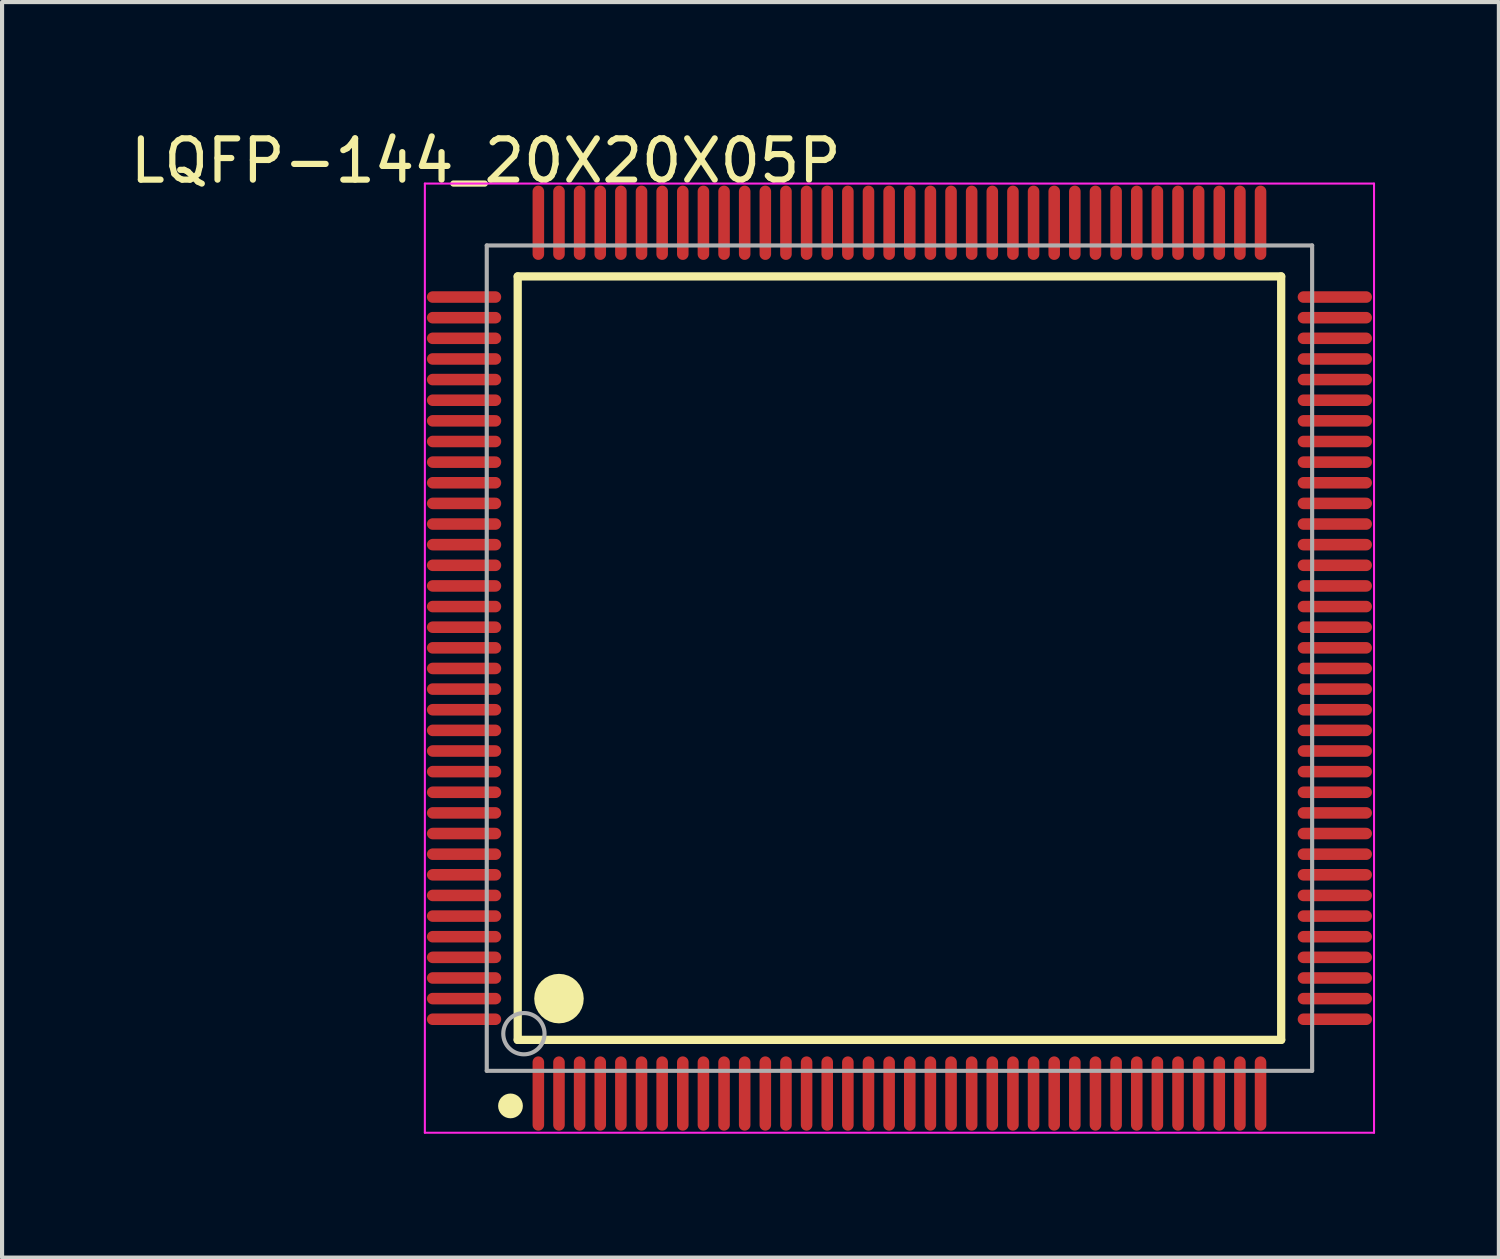
<source format=kicad_pcb>
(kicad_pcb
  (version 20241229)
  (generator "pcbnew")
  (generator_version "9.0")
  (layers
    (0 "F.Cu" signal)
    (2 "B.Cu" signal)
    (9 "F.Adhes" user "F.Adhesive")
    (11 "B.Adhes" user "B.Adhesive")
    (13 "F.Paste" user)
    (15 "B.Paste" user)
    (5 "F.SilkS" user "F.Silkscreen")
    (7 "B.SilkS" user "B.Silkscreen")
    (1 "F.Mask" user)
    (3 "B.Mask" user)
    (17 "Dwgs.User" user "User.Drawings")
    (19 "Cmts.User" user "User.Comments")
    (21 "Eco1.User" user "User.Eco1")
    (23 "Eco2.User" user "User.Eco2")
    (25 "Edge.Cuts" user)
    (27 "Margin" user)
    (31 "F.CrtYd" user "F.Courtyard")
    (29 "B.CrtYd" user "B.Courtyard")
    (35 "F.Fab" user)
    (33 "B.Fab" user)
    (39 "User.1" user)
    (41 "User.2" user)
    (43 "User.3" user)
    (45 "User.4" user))
  (footprint "LQFP-144_20X20X05P"
    (layer "F.Cu")
    (at 18.745 12.898)
    (property "Reference" "LQFP-144_20X20X05P" (at -10.024 -12.05 0) (layer "F.SilkS") (effects (font (size 1 1) (thickness 0.15))))
    (attr through_hole)
    (fp_line (start -9.25 -9.25) (end 9.25 -9.25) (stroke (width 0.2) (type solid)) (layer "F.SilkS"))
    (fp_line (start -9.25 9.25) (end -9.25 -9.25) (stroke (width 0.2) (type solid)) (layer "F.SilkS"))
    (fp_line (start -9.25 9.25) (end 9.25 9.25) (stroke (width 0.2) (type solid)) (layer "F.SilkS"))
    (fp_line (start 9.25 9.25) (end 9.25 -9.25) (stroke (width 0.2) (type solid)) (layer "F.SilkS"))
    (fp_circle (center -9.425 10.85) (end -9.275 10.85) (stroke (width 0.3) (type solid)) (fill no) (layer "F.SilkS"))
    (fp_circle (center -8.25 8.25) (end -7.95 8.25) (stroke (width 0.6) (type solid)) (fill no) (layer "F.SilkS"))
    (fp_line (start -11.5 -11.5) (end 11.5 -11.5) (stroke (width 0.05) (type solid)) (layer "F.CrtYd"))
    (fp_line (start -11.5 11.5) (end -11.5 -11.5) (stroke (width 0.05) (type solid)) (layer "F.CrtYd"))
    (fp_line (start 11.5 -11.5) (end 11.5 11.5) (stroke (width 0.05) (type solid)) (layer "F.CrtYd"))
    (fp_line (start 11.5 11.5) (end -11.5 11.5) (stroke (width 0.05) (type solid)) (layer "F.CrtYd"))
    (fp_line (start -10 -10) (end 10 -10) (stroke (width 0.1) (type solid)) (layer "F.Fab"))
    (fp_line (start -10 10) (end -10 -10) (stroke (width 0.1) (type solid)) (layer "F.Fab"))
    (fp_line (start -10 10) (end 10 10) (stroke (width 0.1) (type solid)) (layer "F.Fab"))
    (fp_line (start 10 10) (end 10 -10) (stroke (width 0.1) (type solid)) (layer "F.Fab"))
    (fp_circle (center -9.1 9.1) (end -8.6 9.1) (stroke (width 0.1) (type solid)) (fill no) (layer "F.Fab"))
    (pad "1" smd oval (at -8.75 10.55 180) (size 0.28 1.8) (layers "F.Cu" "F.Mask" "F.Paste"))
    (pad "2" smd oval (at -8.25 10.55 180) (size 0.28 1.8) (layers "F.Cu" "F.Mask" "F.Paste"))
    (pad "3" smd oval (at -7.75 10.55 180) (size 0.28 1.8) (layers "F.Cu" "F.Mask" "F.Paste"))
    (pad "4" smd oval (at -7.25 10.55 180) (size 0.28 1.8) (layers "F.Cu" "F.Mask" "F.Paste"))
    (pad "5" smd oval (at -6.75 10.55 180) (size 0.28 1.8) (layers "F.Cu" "F.Mask" "F.Paste"))
    (pad "6" smd oval (at -6.25 10.55 180) (size 0.28 1.8) (layers "F.Cu" "F.Mask" "F.Paste"))
    (pad "7" smd oval (at -5.75 10.55 180) (size 0.28 1.8) (layers "F.Cu" "F.Mask" "F.Paste"))
    (pad "8" smd oval (at -5.25 10.55 180) (size 0.28 1.8) (layers "F.Cu" "F.Mask" "F.Paste"))
    (pad "9" smd oval (at -4.75 10.55 180) (size 0.28 1.8) (layers "F.Cu" "F.Mask" "F.Paste"))
    (pad "10" smd oval (at -4.25 10.55 180) (size 0.28 1.8) (layers "F.Cu" "F.Mask" "F.Paste"))
    (pad "11" smd oval (at -3.75 10.55 180) (size 0.28 1.8) (layers "F.Cu" "F.Mask" "F.Paste"))
    (pad "12" smd oval (at -3.25 10.55 180) (size 0.28 1.8) (layers "F.Cu" "F.Mask" "F.Paste"))
    (pad "13" smd oval (at -2.75 10.55 180) (size 0.28 1.8) (layers "F.Cu" "F.Mask" "F.Paste"))
    (pad "14" smd oval (at -2.25 10.55 180) (size 0.28 1.8) (layers "F.Cu" "F.Mask" "F.Paste"))
    (pad "15" smd oval (at -1.75 10.55 180) (size 0.28 1.8) (layers "F.Cu" "F.Mask" "F.Paste"))
    (pad "16" smd oval (at -1.25 10.55 180) (size 0.28 1.8) (layers "F.Cu" "F.Mask" "F.Paste"))
    (pad "17" smd oval (at -0.75 10.55 180) (size 0.28 1.8) (layers "F.Cu" "F.Mask" "F.Paste"))
    (pad "18" smd oval (at -0.25 10.55 180) (size 0.28 1.8) (layers "F.Cu" "F.Mask" "F.Paste"))
    (pad "19" smd oval (at 0.25 10.55 180) (size 0.28 1.8) (layers "F.Cu" "F.Mask" "F.Paste"))
    (pad "20" smd oval (at 0.75 10.55 180) (size 0.28 1.8) (layers "F.Cu" "F.Mask" "F.Paste"))
    (pad "21" smd oval (at 1.25 10.55 180) (size 0.28 1.8) (layers "F.Cu" "F.Mask" "F.Paste"))
    (pad "22" smd oval (at 1.75 10.55 180) (size 0.28 1.8) (layers "F.Cu" "F.Mask" "F.Paste"))
    (pad "23" smd oval (at 2.25 10.55 180) (size 0.28 1.8) (layers "F.Cu" "F.Mask" "F.Paste"))
    (pad "24" smd oval (at 2.75 10.55 180) (size 0.28 1.8) (layers "F.Cu" "F.Mask" "F.Paste"))
    (pad "25" smd oval (at 3.25 10.55 180) (size 0.28 1.8) (layers "F.Cu" "F.Mask" "F.Paste"))
    (pad "26" smd oval (at 3.75 10.55 180) (size 0.28 1.8) (layers "F.Cu" "F.Mask" "F.Paste"))
    (pad "27" smd oval (at 4.25 10.55 180) (size 0.28 1.8) (layers "F.Cu" "F.Mask" "F.Paste"))
    (pad "28" smd oval (at 4.75 10.55 180) (size 0.28 1.8) (layers "F.Cu" "F.Mask" "F.Paste"))
    (pad "29" smd oval (at 5.25 10.55 180) (size 0.28 1.8) (layers "F.Cu" "F.Mask" "F.Paste"))
    (pad "30" smd oval (at 5.75 10.55 180) (size 0.28 1.8) (layers "F.Cu" "F.Mask" "F.Paste"))
    (pad "31" smd oval (at 6.25 10.55 180) (size 0.28 1.8) (layers "F.Cu" "F.Mask" "F.Paste"))
    (pad "32" smd oval (at 6.75 10.55 180) (size 0.28 1.8) (layers "F.Cu" "F.Mask" "F.Paste"))
    (pad "33" smd oval (at 7.25 10.55 180) (size 0.28 1.8) (layers "F.Cu" "F.Mask" "F.Paste"))
    (pad "34" smd oval (at 7.75 10.55 180) (size 0.28 1.8) (layers "F.Cu" "F.Mask" "F.Paste"))
    (pad "35" smd oval (at 8.25 10.55 180) (size 0.28 1.8) (layers "F.Cu" "F.Mask" "F.Paste"))
    (pad "36" smd oval (at 8.75 10.55 180) (size 0.28 1.8) (layers "F.Cu" "F.Mask" "F.Paste"))
    (pad "37" smd oval (at 10.55 8.75 90) (size 0.28 1.8) (layers "F.Cu" "F.Mask" "F.Paste"))
    (pad "38" smd oval (at 10.55 8.25 90) (size 0.28 1.8) (layers "F.Cu" "F.Mask" "F.Paste"))
    (pad "39" smd oval (at 10.55 7.75 90) (size 0.28 1.8) (layers "F.Cu" "F.Mask" "F.Paste"))
    (pad "40" smd oval (at 10.55 7.25 90) (size 0.28 1.8) (layers "F.Cu" "F.Mask" "F.Paste"))
    (pad "41" smd oval (at 10.55 6.75 90) (size 0.28 1.8) (layers "F.Cu" "F.Mask" "F.Paste"))
    (pad "42" smd oval (at 10.55 6.25 90) (size 0.28 1.8) (layers "F.Cu" "F.Mask" "F.Paste"))
    (pad "43" smd oval (at 10.55 5.75 90) (size 0.28 1.8) (layers "F.Cu" "F.Mask" "F.Paste"))
    (pad "44" smd oval (at 10.55 5.25 90) (size 0.28 1.8) (layers "F.Cu" "F.Mask" "F.Paste"))
    (pad "45" smd oval (at 10.55 4.75 90) (size 0.28 1.8) (layers "F.Cu" "F.Mask" "F.Paste"))
    (pad "46" smd oval (at 10.55 4.25 90) (size 0.28 1.8) (layers "F.Cu" "F.Mask" "F.Paste"))
    (pad "47" smd oval (at 10.55 3.75 90) (size 0.28 1.8) (layers "F.Cu" "F.Mask" "F.Paste"))
    (pad "48" smd oval (at 10.55 3.25 90) (size 0.28 1.8) (layers "F.Cu" "F.Mask" "F.Paste"))
    (pad "49" smd oval (at 10.55 2.75 90) (size 0.28 1.8) (layers "F.Cu" "F.Mask" "F.Paste"))
    (pad "50" smd oval (at 10.55 2.25 90) (size 0.28 1.8) (layers "F.Cu" "F.Mask" "F.Paste"))
    (pad "51" smd oval (at 10.55 1.75 90) (size 0.28 1.8) (layers "F.Cu" "F.Mask" "F.Paste"))
    (pad "52" smd oval (at 10.55 1.25 90) (size 0.28 1.8) (layers "F.Cu" "F.Mask" "F.Paste"))
    (pad "53" smd oval (at 10.55 0.75 90) (size 0.28 1.8) (layers "F.Cu" "F.Mask" "F.Paste"))
    (pad "54" smd oval (at 10.55 0.25 90) (size 0.28 1.8) (layers "F.Cu" "F.Mask" "F.Paste"))
    (pad "55" smd oval (at 10.55 -0.25 90) (size 0.28 1.8) (layers "F.Cu" "F.Mask" "F.Paste"))
    (pad "56" smd oval (at 10.55 -0.75 90) (size 0.28 1.8) (layers "F.Cu" "F.Mask" "F.Paste"))
    (pad "57" smd oval (at 10.55 -1.25 90) (size 0.28 1.8) (layers "F.Cu" "F.Mask" "F.Paste"))
    (pad "58" smd oval (at 10.55 -1.75 90) (size 0.28 1.8) (layers "F.Cu" "F.Mask" "F.Paste"))
    (pad "59" smd oval (at 10.55 -2.25 90) (size 0.28 1.8) (layers "F.Cu" "F.Mask" "F.Paste"))
    (pad "60" smd oval (at 10.55 -2.75 90) (size 0.28 1.8) (layers "F.Cu" "F.Mask" "F.Paste"))
    (pad "61" smd oval (at 10.55 -3.25 90) (size 0.28 1.8) (layers "F.Cu" "F.Mask" "F.Paste"))
    (pad "62" smd oval (at 10.55 -3.75 90) (size 0.28 1.8) (layers "F.Cu" "F.Mask" "F.Paste"))
    (pad "63" smd oval (at 10.55 -4.25 90) (size 0.28 1.8) (layers "F.Cu" "F.Mask" "F.Paste"))
    (pad "64" smd oval (at 10.55 -4.75 90) (size 0.28 1.8) (layers "F.Cu" "F.Mask" "F.Paste"))
    (pad "65" smd oval (at 10.55 -5.25 90) (size 0.28 1.8) (layers "F.Cu" "F.Mask" "F.Paste"))
    (pad "66" smd oval (at 10.55 -5.75 90) (size 0.28 1.8) (layers "F.Cu" "F.Mask" "F.Paste"))
    (pad "67" smd oval (at 10.55 -6.25 90) (size 0.28 1.8) (layers "F.Cu" "F.Mask" "F.Paste"))
    (pad "68" smd oval (at 10.55 -6.75 90) (size 0.28 1.8) (layers "F.Cu" "F.Mask" "F.Paste"))
    (pad "69" smd oval (at 10.55 -7.25 90) (size 0.28 1.8) (layers "F.Cu" "F.Mask" "F.Paste"))
    (pad "70" smd oval (at 10.55 -7.75 90) (size 0.28 1.8) (layers "F.Cu" "F.Mask" "F.Paste"))
    (pad "71" smd oval (at 10.55 -8.25 90) (size 0.28 1.8) (layers "F.Cu" "F.Mask" "F.Paste"))
    (pad "72" smd oval (at 10.55 -8.75 90) (size 0.28 1.8) (layers "F.Cu" "F.Mask" "F.Paste"))
    (pad "73" smd oval (at 8.75 -10.55 180) (size 0.28 1.8) (layers "F.Cu" "F.Mask" "F.Paste"))
    (pad "74" smd oval (at 8.25 -10.55 180) (size 0.28 1.8) (layers "F.Cu" "F.Mask" "F.Paste"))
    (pad "75" smd oval (at 7.75 -10.55 180) (size 0.28 1.8) (layers "F.Cu" "F.Mask" "F.Paste"))
    (pad "76" smd oval (at 7.25 -10.55 180) (size 0.28 1.8) (layers "F.Cu" "F.Mask" "F.Paste"))
    (pad "77" smd oval (at 6.75 -10.55 180) (size 0.28 1.8) (layers "F.Cu" "F.Mask" "F.Paste"))
    (pad "78" smd oval (at 6.25 -10.55 180) (size 0.28 1.8) (layers "F.Cu" "F.Mask" "F.Paste"))
    (pad "79" smd oval (at 5.75 -10.55 180) (size 0.28 1.8) (layers "F.Cu" "F.Mask" "F.Paste"))
    (pad "80" smd oval (at 5.25 -10.55 180) (size 0.28 1.8) (layers "F.Cu" "F.Mask" "F.Paste"))
    (pad "81" smd oval (at 4.75 -10.55 180) (size 0.28 1.8) (layers "F.Cu" "F.Mask" "F.Paste"))
    (pad "82" smd oval (at 4.25 -10.55 180) (size 0.28 1.8) (layers "F.Cu" "F.Mask" "F.Paste"))
    (pad "83" smd oval (at 3.75 -10.55 180) (size 0.28 1.8) (layers "F.Cu" "F.Mask" "F.Paste"))
    (pad "84" smd oval (at 3.25 -10.55 180) (size 0.28 1.8) (layers "F.Cu" "F.Mask" "F.Paste"))
    (pad "85" smd oval (at 2.75 -10.55 180) (size 0.28 1.8) (layers "F.Cu" "F.Mask" "F.Paste"))
    (pad "86" smd oval (at 2.25 -10.55 180) (size 0.28 1.8) (layers "F.Cu" "F.Mask" "F.Paste"))
    (pad "87" smd oval (at 1.75 -10.55 180) (size 0.28 1.8) (layers "F.Cu" "F.Mask" "F.Paste"))
    (pad "88" smd oval (at 1.25 -10.55 180) (size 0.28 1.8) (layers "F.Cu" "F.Mask" "F.Paste"))
    (pad "89" smd oval (at 0.75 -10.55 180) (size 0.28 1.8) (layers "F.Cu" "F.Mask" "F.Paste"))
    (pad "90" smd oval (at 0.25 -10.55 180) (size 0.28 1.8) (layers "F.Cu" "F.Mask" "F.Paste"))
    (pad "91" smd oval (at -0.25 -10.55 180) (size 0.28 1.8) (layers "F.Cu" "F.Mask" "F.Paste"))
    (pad "92" smd oval (at -0.75 -10.55 180) (size 0.28 1.8) (layers "F.Cu" "F.Mask" "F.Paste"))
    (pad "93" smd oval (at -1.25 -10.55 180) (size 0.28 1.8) (layers "F.Cu" "F.Mask" "F.Paste"))
    (pad "94" smd oval (at -1.75 -10.55 180) (size 0.28 1.8) (layers "F.Cu" "F.Mask" "F.Paste"))
    (pad "95" smd oval (at -2.25 -10.55 180) (size 0.28 1.8) (layers "F.Cu" "F.Mask" "F.Paste"))
    (pad "96" smd oval (at -2.75 -10.55 180) (size 0.28 1.8) (layers "F.Cu" "F.Mask" "F.Paste"))
    (pad "97" smd oval (at -3.25 -10.55 180) (size 0.28 1.8) (layers "F.Cu" "F.Mask" "F.Paste"))
    (pad "98" smd oval (at -3.75 -10.55 180) (size 0.28 1.8) (layers "F.Cu" "F.Mask" "F.Paste"))
    (pad "99" smd oval (at -4.25 -10.55 180) (size 0.28 1.8) (layers "F.Cu" "F.Mask" "F.Paste"))
    (pad "100" smd oval (at -4.75 -10.55 180) (size 0.28 1.8) (layers "F.Cu" "F.Mask" "F.Paste"))
    (pad "101" smd oval (at -5.25 -10.55 180) (size 0.28 1.8) (layers "F.Cu" "F.Mask" "F.Paste"))
    (pad "102" smd oval (at -5.75 -10.55 180) (size 0.28 1.8) (layers "F.Cu" "F.Mask" "F.Paste"))
    (pad "103" smd oval (at -6.25 -10.55 180) (size 0.28 1.8) (layers "F.Cu" "F.Mask" "F.Paste"))
    (pad "104" smd oval (at -6.75 -10.55 180) (size 0.28 1.8) (layers "F.Cu" "F.Mask" "F.Paste"))
    (pad "105" smd oval (at -7.25 -10.55 180) (size 0.28 1.8) (layers "F.Cu" "F.Mask" "F.Paste"))
    (pad "106" smd oval (at -7.75 -10.55 180) (size 0.28 1.8) (layers "F.Cu" "F.Mask" "F.Paste"))
    (pad "107" smd oval (at -8.25 -10.55 180) (size 0.28 1.8) (layers "F.Cu" "F.Mask" "F.Paste"))
    (pad "108" smd oval (at -8.75 -10.55 180) (size 0.28 1.8) (layers "F.Cu" "F.Mask" "F.Paste"))
    (pad "109" smd oval (at -10.55 -8.75 90) (size 0.28 1.8) (layers "F.Cu" "F.Mask" "F.Paste"))
    (pad "110" smd oval (at -10.55 -8.25 90) (size 0.28 1.8) (layers "F.Cu" "F.Mask" "F.Paste"))
    (pad "111" smd oval (at -10.55 -7.75 90) (size 0.28 1.8) (layers "F.Cu" "F.Mask" "F.Paste"))
    (pad "112" smd oval (at -10.55 -7.25 90) (size 0.28 1.8) (layers "F.Cu" "F.Mask" "F.Paste"))
    (pad "113" smd oval (at -10.55 -6.75 90) (size 0.28 1.8) (layers "F.Cu" "F.Mask" "F.Paste"))
    (pad "114" smd oval (at -10.55 -6.25 90) (size 0.28 1.8) (layers "F.Cu" "F.Mask" "F.Paste"))
    (pad "115" smd oval (at -10.55 -5.75 90) (size 0.28 1.8) (layers "F.Cu" "F.Mask" "F.Paste"))
    (pad "116" smd oval (at -10.55 -5.25 90) (size 0.28 1.8) (layers "F.Cu" "F.Mask" "F.Paste"))
    (pad "117" smd oval (at -10.55 -4.75 90) (size 0.28 1.8) (layers "F.Cu" "F.Mask" "F.Paste"))
    (pad "118" smd oval (at -10.55 -4.25 90) (size 0.28 1.8) (layers "F.Cu" "F.Mask" "F.Paste"))
    (pad "119" smd oval (at -10.55 -3.75 90) (size 0.28 1.8) (layers "F.Cu" "F.Mask" "F.Paste"))
    (pad "120" smd oval (at -10.55 -3.25 90) (size 0.28 1.8) (layers "F.Cu" "F.Mask" "F.Paste"))
    (pad "121" smd oval (at -10.55 -2.75 90) (size 0.28 1.8) (layers "F.Cu" "F.Mask" "F.Paste"))
    (pad "122" smd oval (at -10.55 -2.25 90) (size 0.28 1.8) (layers "F.Cu" "F.Mask" "F.Paste"))
    (pad "123" smd oval (at -10.55 -1.75 90) (size 0.28 1.8) (layers "F.Cu" "F.Mask" "F.Paste"))
    (pad "124" smd oval (at -10.55 -1.25 90) (size 0.28 1.8) (layers "F.Cu" "F.Mask" "F.Paste"))
    (pad "125" smd oval (at -10.55 -0.75 90) (size 0.28 1.8) (layers "F.Cu" "F.Mask" "F.Paste"))
    (pad "126" smd oval (at -10.55 -0.25 90) (size 0.28 1.8) (layers "F.Cu" "F.Mask" "F.Paste"))
    (pad "127" smd oval (at -10.55 0.25 90) (size 0.28 1.8) (layers "F.Cu" "F.Mask" "F.Paste"))
    (pad "128" smd oval (at -10.55 0.75 90) (size 0.28 1.8) (layers "F.Cu" "F.Mask" "F.Paste"))
    (pad "129" smd oval (at -10.55 1.25 90) (size 0.28 1.8) (layers "F.Cu" "F.Mask" "F.Paste"))
    (pad "130" smd oval (at -10.55 1.75 90) (size 0.28 1.8) (layers "F.Cu" "F.Mask" "F.Paste"))
    (pad "131" smd oval (at -10.55 2.25 90) (size 0.28 1.8) (layers "F.Cu" "F.Mask" "F.Paste"))
    (pad "132" smd oval (at -10.55 2.75 90) (size 0.28 1.8) (layers "F.Cu" "F.Mask" "F.Paste"))
    (pad "133" smd oval (at -10.55 3.25 90) (size 0.28 1.8) (layers "F.Cu" "F.Mask" "F.Paste"))
    (pad "134" smd oval (at -10.55 3.75 90) (size 0.28 1.8) (layers "F.Cu" "F.Mask" "F.Paste"))
    (pad "135" smd oval (at -10.55 4.25 90) (size 0.28 1.8) (layers "F.Cu" "F.Mask" "F.Paste"))
    (pad "136" smd oval (at -10.55 4.75 90) (size 0.28 1.8) (layers "F.Cu" "F.Mask" "F.Paste"))
    (pad "137" smd oval (at -10.55 5.25 90) (size 0.28 1.8) (layers "F.Cu" "F.Mask" "F.Paste"))
    (pad "138" smd oval (at -10.55 5.75 90) (size 0.28 1.8) (layers "F.Cu" "F.Mask" "F.Paste"))
    (pad "139" smd oval (at -10.55 6.25 90) (size 0.28 1.8) (layers "F.Cu" "F.Mask" "F.Paste"))
    (pad "140" smd oval (at -10.55 6.75 90) (size 0.28 1.8) (layers "F.Cu" "F.Mask" "F.Paste"))
    (pad "141" smd oval (at -10.55 7.25 90) (size 0.28 1.8) (layers "F.Cu" "F.Mask" "F.Paste"))
    (pad "142" smd oval (at -10.55 7.75 90) (size 0.28 1.8) (layers "F.Cu" "F.Mask" "F.Paste"))
    (pad "143" smd oval (at -10.55 8.25 90) (size 0.28 1.8) (layers "F.Cu" "F.Mask" "F.Paste"))
    (pad "144" smd oval (at -10.55 8.75 90) (size 0.28 1.8) (layers "F.Cu" "F.Mask" "F.Paste")))
  (gr_rect
    (start -3 -3)
    (end 33.27 27.423)
    (stroke (width 0.1) (type default))
    (fill no)
    (layer "Edge.Cuts")))
</source>
